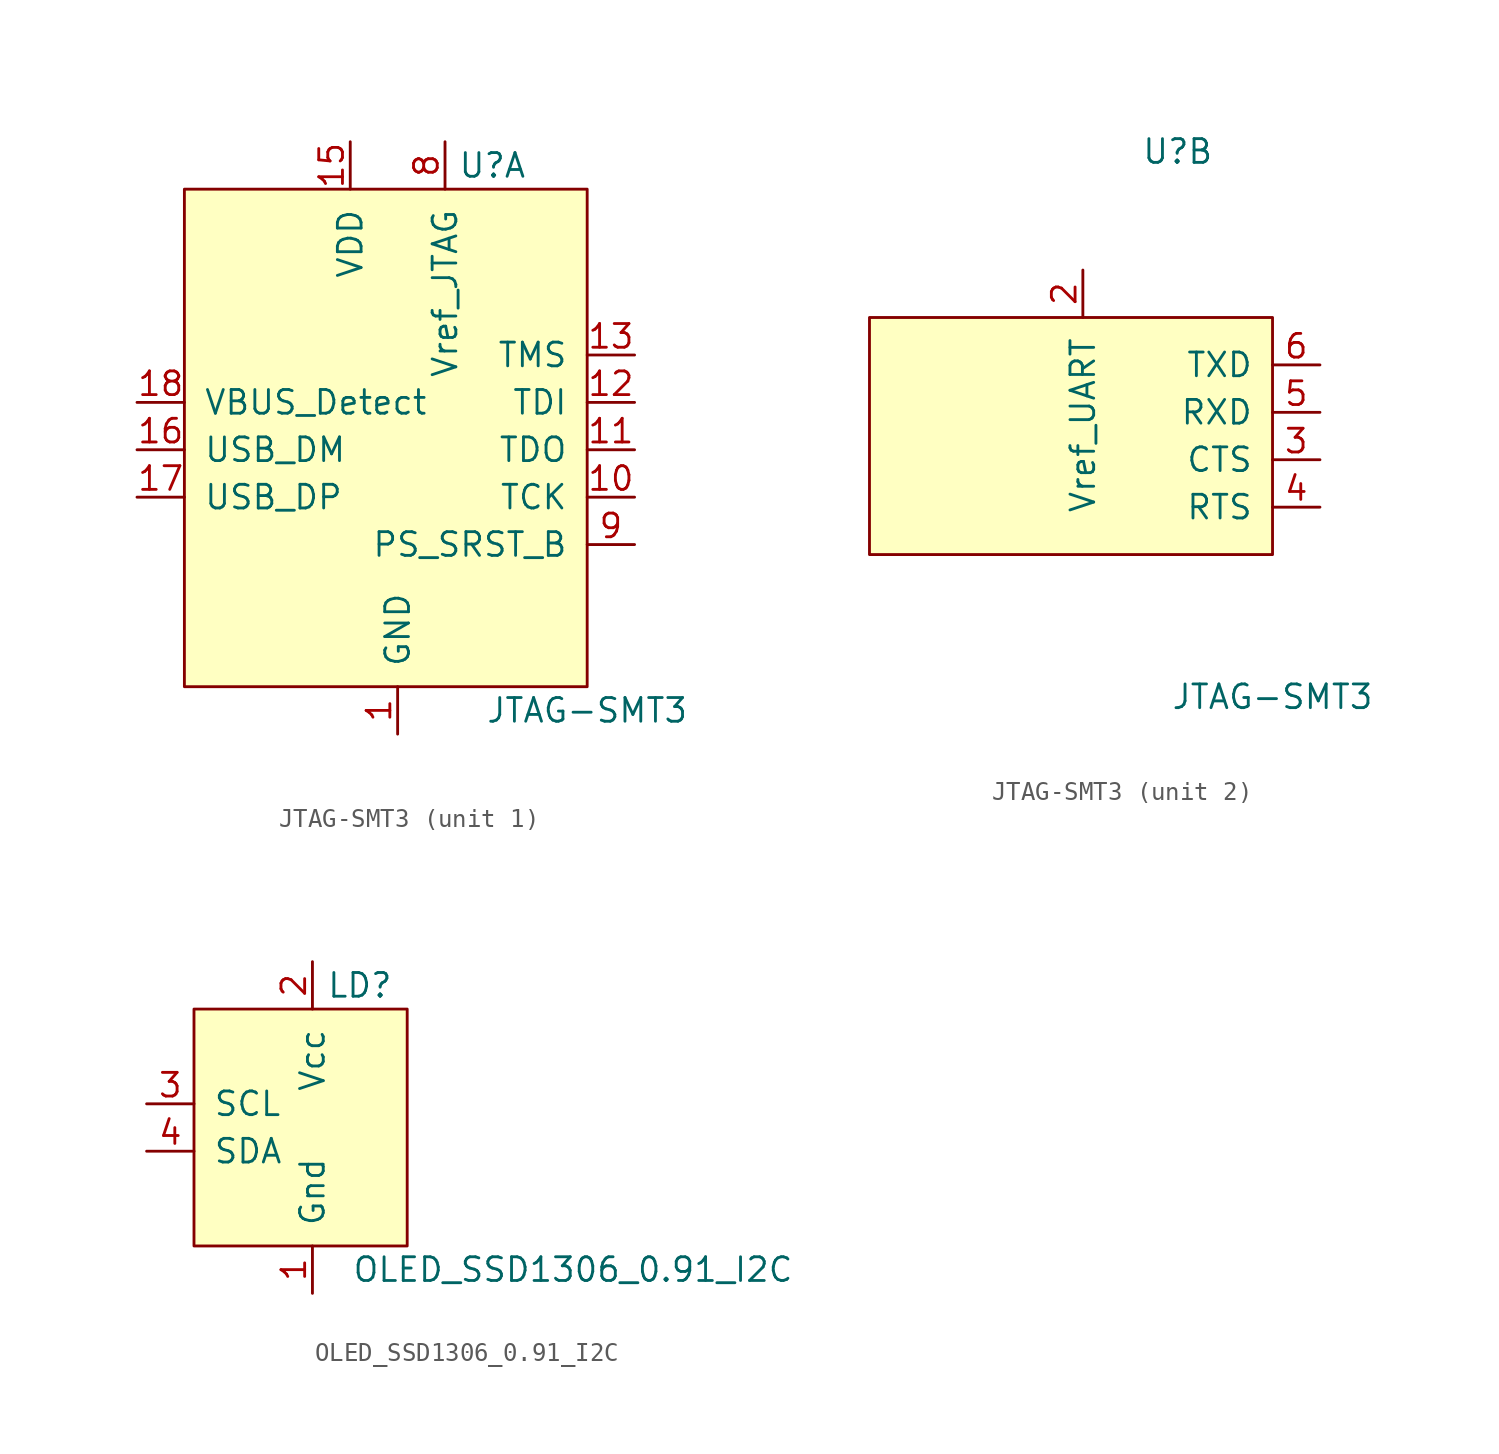
<source format=kicad_sym>
(kicad_symbol_lib
  (version 20220914)
  (generator kicad_symbol_editor)
  (symbol "JTAG-SMT3"
    (pin_names
      (offset 1.016))
    (property "Reference" "U"
      (at 5.08 15.24 0)
      (effects (font (size 1.27 1.27))))
    (property "Value" "JTAG-SMT3"
      (at 10.16 -13.97 0)
      (effects (font (size 1.27 1.27))))
    (symbol "JTAG-SMT3_1_1"
      (rectangle (start -11.43 13.97) (end 10.16 -12.7) (stroke (width 0) (type default)) (fill (type background)))
      (pin power_in line (at 0 -15.24 90) (length 2.54) (name "GND" (effects (font (size 1.27 1.27)))) (number "1" (effects (font (size 1.27 1.27)))))
      (pin output line (at 12.7 -2.54 180) (length 2.54) (name "TCK" (effects (font (size 1.27 1.27)))) (number "10" (effects (font (size 1.27 1.27)))))
      (pin input line (at 12.7 0 180) (length 2.54) (name "TDO" (effects (font (size 1.27 1.27)))) (number "11" (effects (font (size 1.27 1.27)))))
      (pin output line (at 12.7 2.54 180) (length 2.54) (name "TDI" (effects (font (size 1.27 1.27)))) (number "12" (effects (font (size 1.27 1.27)))))
      (pin passive line (at 12.7 5.08 180) (length 2.54) (name "TMS" (effects (font (size 1.27 1.27)))) (number "13" (effects (font (size 1.27 1.27)))))
      (pin power_in line (at 0 -15.24 90) (length 2.54) hide (name "GND" (effects (font (size 1.27 1.27)))) (number "14" (effects (font (size 1.27 1.27)))))
      (pin power_in line (at -2.54 16.51 270) (length 2.54) (name "VDD" (effects (font (size 1.27 1.27)))) (number "15" (effects (font (size 1.27 1.27)))))
      (pin bidirectional line (at -13.97 0 0) (length 2.54) (name "USB_DM" (effects (font (size 1.27 1.27)))) (number "16" (effects (font (size 1.27 1.27)))))
      (pin bidirectional line (at -13.97 -2.54 0) (length 2.54) (name "USB_DP" (effects (font (size 1.27 1.27)))) (number "17" (effects (font (size 1.27 1.27)))))
      (pin input line (at -13.97 2.54 0) (length 2.54) (name "VBUS_Detect" (effects (font (size 1.27 1.27)))) (number "18" (effects (font (size 1.27 1.27)))))
      (pin power_in line (at 0 -15.24 90) (length 2.54) hide (name "GND" (effects (font (size 1.27 1.27)))) (number "7" (effects (font (size 1.27 1.27)))))
      (pin power_in line (at 2.54 16.51 270) (length 2.54) (name "Vref_JTAG" (effects (font (size 1.27 1.27)))) (number "8" (effects (font (size 1.27 1.27)))))
      (pin output line (at 12.7 -5.08 180) (length 2.54) (name "PS_SRST_B" (effects (font (size 1.27 1.27)))) (number "9" (effects (font (size 1.27 1.27))))))
    (symbol "JTAG-SMT3_2_1"
      (rectangle (start -11.43 6.35) (end 10.16 -6.35) (stroke (width 0) (type default)) (fill (type background)))
      (pin power_in line (at 0 8.89 270) (length 2.54) (name "Vref_UART" (effects (font (size 1.27 1.27)))) (number "2" (effects (font (size 1.27 1.27)))))
      (pin passive line (at 12.7 -1.27 180) (length 2.54) (name "CTS" (effects (font (size 1.27 1.27)))) (number "3" (effects (font (size 1.27 1.27)))))
      (pin passive line (at 12.7 -3.81 180) (length 2.54) (name "RTS" (effects (font (size 1.27 1.27)))) (number "4" (effects (font (size 1.27 1.27)))))
      (pin input line (at 12.7 1.27 180) (length 2.54) (name "RXD" (effects (font (size 1.27 1.27)))) (number "5" (effects (font (size 1.27 1.27)))))
      (pin output line (at 12.7 3.81 180) (length 2.54) (name "TXD" (effects (font (size 1.27 1.27)))) (number "6" (effects (font (size 1.27 1.27)))))))
  (symbol "OLED_SSD1306_0.91_I2C"
    (pin_names
      (offset 1.016))
    (property "Reference" "LD"
      (at 2.54 7.62 0)
      (effects (font (size 1.27 1.27))))
    (property "Value" "OLED_SSD1306_0.91_I2C"
      (at 13.97 -7.62 0)
      (effects (font (size 1.27 1.27))))
    (symbol "OLED_SSD1306_0.91_I2C_0_1"
      (rectangle (start -6.35 6.35) (end 5.08 -6.35) (stroke (width 0) (type default)) (fill (type background))))
    (symbol "OLED_SSD1306_0.91_I2C_1_1"
      (pin power_in line (at 0 -8.89 90) (length 2.54) (name "Gnd" (effects (font (size 1.27 1.27)))) (number "1" (effects (font (size 1.27 1.27)))))
      (pin power_in line (at 0 8.89 270) (length 2.54) (name "Vcc" (effects (font (size 1.27 1.27)))) (number "2" (effects (font (size 1.27 1.27)))))
      (pin input line (at -8.89 1.27 0) (length 2.54) (name "SCL" (effects (font (size 1.27 1.27)))) (number "3" (effects (font (size 1.27 1.27)))))
      (pin bidirectional line (at -8.89 -1.27 0) (length 2.54) (name "SDA" (effects (font (size 1.27 1.27)))) (number "4" (effects (font (size 1.27 1.27))))))))
</source>
